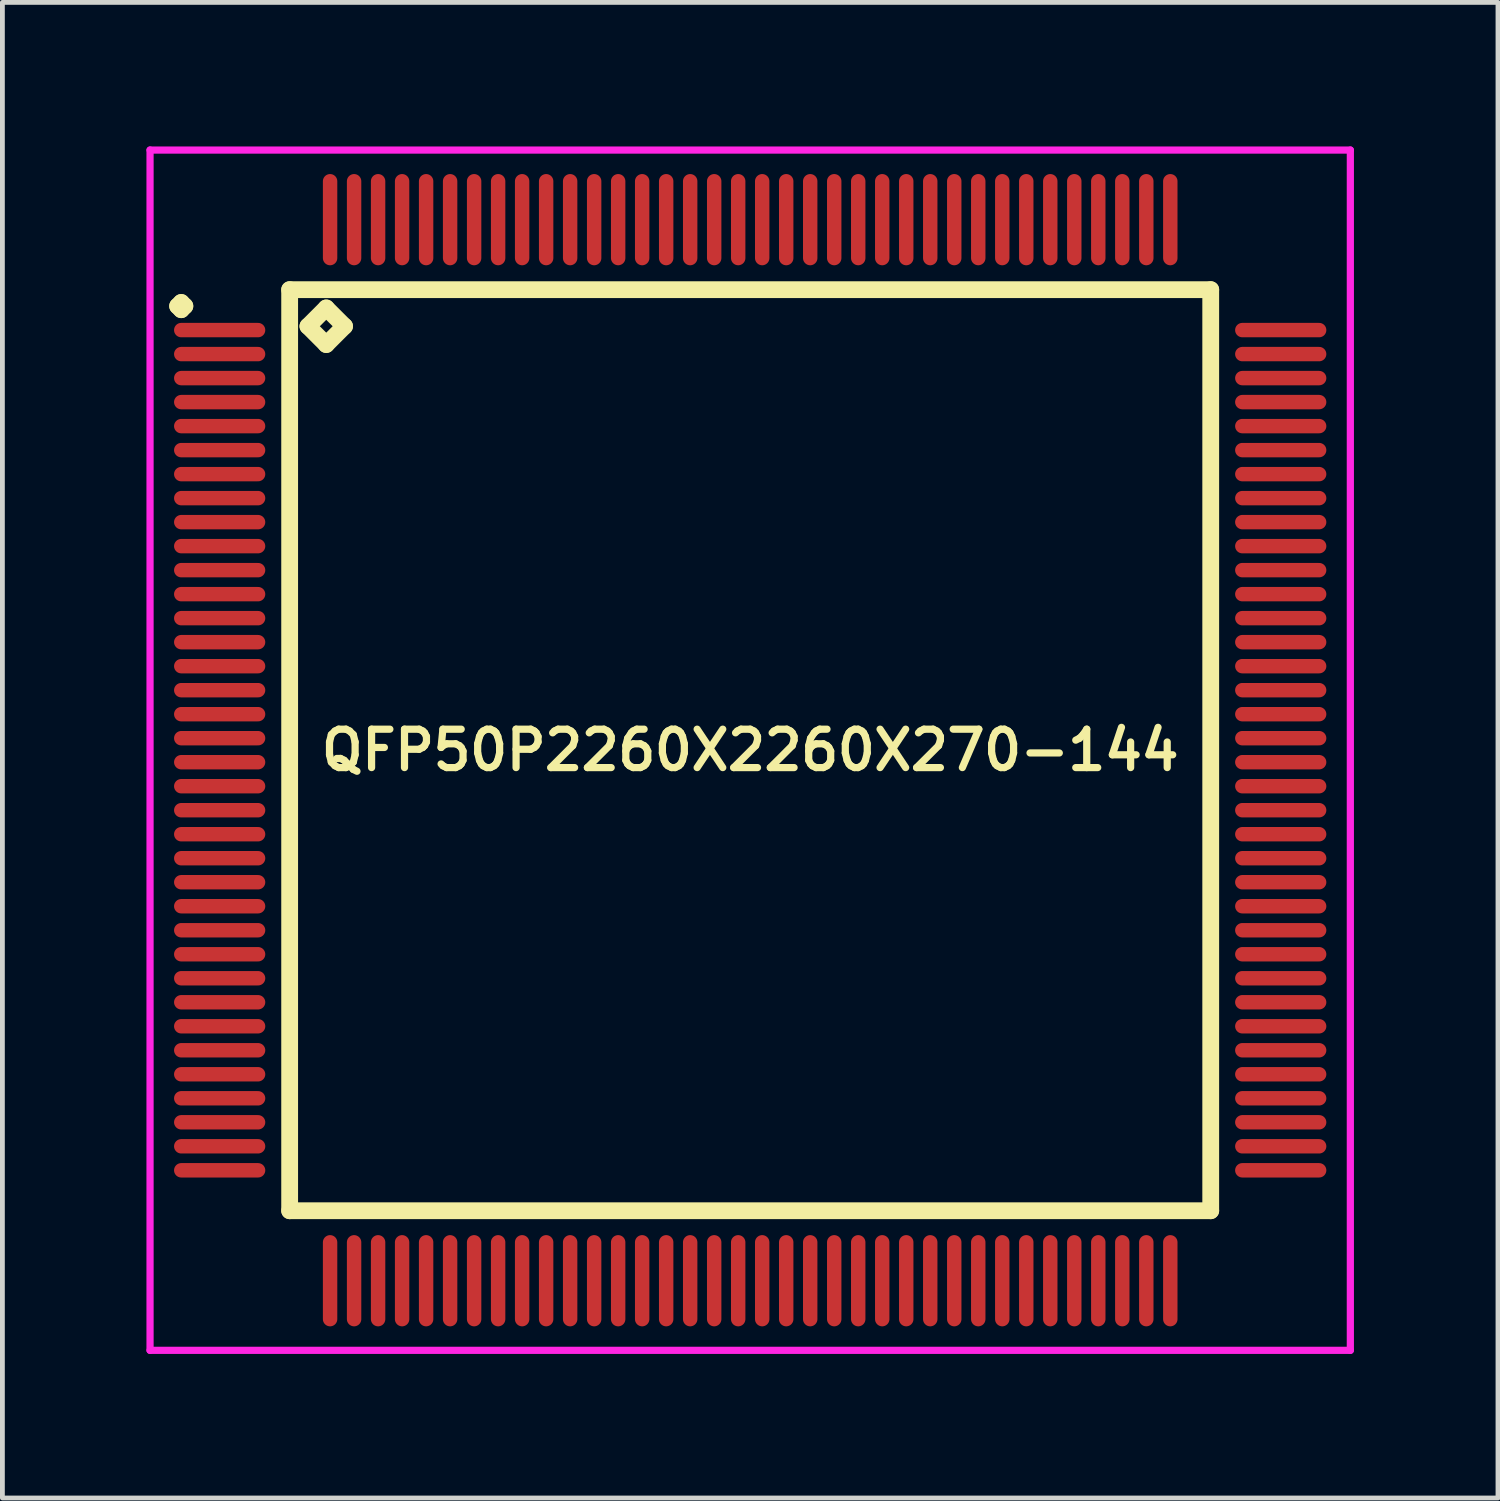
<source format=kicad_pcb>
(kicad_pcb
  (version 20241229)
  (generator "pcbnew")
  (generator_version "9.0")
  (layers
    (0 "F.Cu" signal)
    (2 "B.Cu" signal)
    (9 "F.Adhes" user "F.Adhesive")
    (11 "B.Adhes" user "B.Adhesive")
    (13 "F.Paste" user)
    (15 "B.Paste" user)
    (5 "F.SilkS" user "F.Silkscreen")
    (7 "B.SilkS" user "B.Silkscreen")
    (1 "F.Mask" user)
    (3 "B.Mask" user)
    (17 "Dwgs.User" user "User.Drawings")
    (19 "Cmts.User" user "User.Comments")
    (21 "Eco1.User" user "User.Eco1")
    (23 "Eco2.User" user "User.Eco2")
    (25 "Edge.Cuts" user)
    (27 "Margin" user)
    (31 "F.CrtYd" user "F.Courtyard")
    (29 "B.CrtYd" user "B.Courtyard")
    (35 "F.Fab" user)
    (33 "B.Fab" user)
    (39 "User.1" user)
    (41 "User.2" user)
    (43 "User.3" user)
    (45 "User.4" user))
  (footprint "QFP50P2260X2260X270-144"
    (layer "F.Cu")
    (at 12.575 12.575)
    (property "Reference" "QFP50P2260X2260X270-144" (at 0 0 0) (layer "F.SilkS") (effects (font (size 0.8 0.8) (thickness 0.15))))
    (attr smd)
    (fp_line (start -11.925 -9.25) (end -11.85 -9.325) (stroke (width 0.35) (type solid)) (layer "F.SilkS"))
    (fp_line (start -11.85 -9.325) (end -11.775 -9.25) (stroke (width 0.35) (type solid)) (layer "F.SilkS"))
    (fp_line (start -11.85 -9.175) (end -11.925 -9.25) (stroke (width 0.35) (type solid)) (layer "F.SilkS"))
    (fp_line (start -11.775 -9.25) (end -11.85 -9.175) (stroke (width 0.35) (type solid)) (layer "F.SilkS"))
    (fp_line (start -9.592 -9.592) (end -9.592 9.592) (stroke (width 0.35) (type solid)) (layer "F.SilkS"))
    (fp_line (start -9.592 9.592) (end 9.592 9.592) (stroke (width 0.35) (type solid)) (layer "F.SilkS"))
    (fp_line (start -9.211 -8.83) (end -8.83 -9.211) (stroke (width 0.35) (type solid)) (layer "F.SilkS"))
    (fp_line (start -8.83 -9.211) (end -8.449 -8.83) (stroke (width 0.35) (type solid)) (layer "F.SilkS"))
    (fp_line (start -8.83 -8.449) (end -9.211 -8.83) (stroke (width 0.35) (type solid)) (layer "F.SilkS"))
    (fp_line (start -8.449 -8.83) (end -8.83 -8.449) (stroke (width 0.35) (type solid)) (layer "F.SilkS"))
    (fp_line (start 9.592 -9.592) (end -9.592 -9.592) (stroke (width 0.35) (type solid)) (layer "F.SilkS"))
    (fp_line (start 9.592 9.592) (end 9.592 -9.592) (stroke (width 0.35) (type solid)) (layer "F.SilkS"))
    (fp_line (start -12.5 -12.5) (end 12.5 -12.5) (stroke (width 0.15) (type solid)) (layer "F.CrtYd"))
    (fp_line (start -12.5 12.5) (end -12.5 -12.5) (stroke (width 0.15) (type solid)) (layer "F.CrtYd"))
    (fp_line (start 12.5 -12.5) (end 12.5 12.5) (stroke (width 0.15) (type solid)) (layer "F.CrtYd"))
    (fp_line (start 12.5 12.5) (end -12.5 12.5) (stroke (width 0.15) (type solid)) (layer "F.CrtYd"))
    (pad "1" smd oval (at -11.05 -8.75) (size 1.9 0.3) (layers "F.Cu" "F.Mask" "F.Paste"))
    (pad "2" smd oval (at -11.05 -8.25) (size 1.9 0.3) (layers "F.Cu" "F.Mask" "F.Paste"))
    (pad "3" smd oval (at -11.05 -7.75) (size 1.9 0.3) (layers "F.Cu" "F.Mask" "F.Paste"))
    (pad "4" smd oval (at -11.05 -7.25) (size 1.9 0.3) (layers "F.Cu" "F.Mask" "F.Paste"))
    (pad "5" smd oval (at -11.05 -6.75) (size 1.9 0.3) (layers "F.Cu" "F.Mask" "F.Paste"))
    (pad "6" smd oval (at -11.05 -6.25) (size 1.9 0.3) (layers "F.Cu" "F.Mask" "F.Paste"))
    (pad "7" smd oval (at -11.05 -5.75) (size 1.9 0.3) (layers "F.Cu" "F.Mask" "F.Paste"))
    (pad "8" smd oval (at -11.05 -5.25) (size 1.9 0.3) (layers "F.Cu" "F.Mask" "F.Paste"))
    (pad "9" smd oval (at -11.05 -4.75) (size 1.9 0.3) (layers "F.Cu" "F.Mask" "F.Paste"))
    (pad "10" smd oval (at -11.05 -4.25) (size 1.9 0.3) (layers "F.Cu" "F.Mask" "F.Paste"))
    (pad "11" smd oval (at -11.05 -3.75) (size 1.9 0.3) (layers "F.Cu" "F.Mask" "F.Paste"))
    (pad "12" smd oval (at -11.05 -3.25) (size 1.9 0.3) (layers "F.Cu" "F.Mask" "F.Paste"))
    (pad "13" smd oval (at -11.05 -2.75) (size 1.9 0.3) (layers "F.Cu" "F.Mask" "F.Paste"))
    (pad "14" smd oval (at -11.05 -2.25) (size 1.9 0.3) (layers "F.Cu" "F.Mask" "F.Paste"))
    (pad "15" smd oval (at -11.05 -1.75) (size 1.9 0.3) (layers "F.Cu" "F.Mask" "F.Paste"))
    (pad "16" smd oval (at -11.05 -1.25) (size 1.9 0.3) (layers "F.Cu" "F.Mask" "F.Paste"))
    (pad "17" smd oval (at -11.05 -0.75) (size 1.9 0.3) (layers "F.Cu" "F.Mask" "F.Paste"))
    (pad "18" smd oval (at -11.05 -0.25) (size 1.9 0.3) (layers "F.Cu" "F.Mask" "F.Paste"))
    (pad "19" smd oval (at -11.05 0.25) (size 1.9 0.3) (layers "F.Cu" "F.Mask" "F.Paste"))
    (pad "20" smd oval (at -11.05 0.75) (size 1.9 0.3) (layers "F.Cu" "F.Mask" "F.Paste"))
    (pad "21" smd oval (at -11.05 1.25) (size 1.9 0.3) (layers "F.Cu" "F.Mask" "F.Paste"))
    (pad "22" smd oval (at -11.05 1.75) (size 1.9 0.3) (layers "F.Cu" "F.Mask" "F.Paste"))
    (pad "23" smd oval (at -11.05 2.25) (size 1.9 0.3) (layers "F.Cu" "F.Mask" "F.Paste"))
    (pad "24" smd oval (at -11.05 2.75) (size 1.9 0.3) (layers "F.Cu" "F.Mask" "F.Paste"))
    (pad "25" smd oval (at -11.05 3.25) (size 1.9 0.3) (layers "F.Cu" "F.Mask" "F.Paste"))
    (pad "26" smd oval (at -11.05 3.75) (size 1.9 0.3) (layers "F.Cu" "F.Mask" "F.Paste"))
    (pad "27" smd oval (at -11.05 4.25) (size 1.9 0.3) (layers "F.Cu" "F.Mask" "F.Paste"))
    (pad "28" smd oval (at -11.05 4.75) (size 1.9 0.3) (layers "F.Cu" "F.Mask" "F.Paste"))
    (pad "29" smd oval (at -11.05 5.25) (size 1.9 0.3) (layers "F.Cu" "F.Mask" "F.Paste"))
    (pad "30" smd oval (at -11.05 5.75) (size 1.9 0.3) (layers "F.Cu" "F.Mask" "F.Paste"))
    (pad "31" smd oval (at -11.05 6.25) (size 1.9 0.3) (layers "F.Cu" "F.Mask" "F.Paste"))
    (pad "32" smd oval (at -11.05 6.75) (size 1.9 0.3) (layers "F.Cu" "F.Mask" "F.Paste"))
    (pad "33" smd oval (at -11.05 7.25) (size 1.9 0.3) (layers "F.Cu" "F.Mask" "F.Paste"))
    (pad "34" smd oval (at -11.05 7.75) (size 1.9 0.3) (layers "F.Cu" "F.Mask" "F.Paste"))
    (pad "35" smd oval (at -11.05 8.25) (size 1.9 0.3) (layers "F.Cu" "F.Mask" "F.Paste"))
    (pad "36" smd oval (at -11.05 8.75) (size 1.9 0.3) (layers "F.Cu" "F.Mask" "F.Paste"))
    (pad "37" smd oval (at -8.75 11.05) (size 0.3 1.9) (layers "F.Cu" "F.Mask" "F.Paste"))
    (pad "38" smd oval (at -8.25 11.05) (size 0.3 1.9) (layers "F.Cu" "F.Mask" "F.Paste"))
    (pad "39" smd oval (at -7.75 11.05) (size 0.3 1.9) (layers "F.Cu" "F.Mask" "F.Paste"))
    (pad "40" smd oval (at -7.25 11.05) (size 0.3 1.9) (layers "F.Cu" "F.Mask" "F.Paste"))
    (pad "41" smd oval (at -6.75 11.05) (size 0.3 1.9) (layers "F.Cu" "F.Mask" "F.Paste"))
    (pad "42" smd oval (at -6.25 11.05) (size 0.3 1.9) (layers "F.Cu" "F.Mask" "F.Paste"))
    (pad "43" smd oval (at -5.75 11.05) (size 0.3 1.9) (layers "F.Cu" "F.Mask" "F.Paste"))
    (pad "44" smd oval (at -5.25 11.05) (size 0.3 1.9) (layers "F.Cu" "F.Mask" "F.Paste"))
    (pad "45" smd oval (at -4.75 11.05) (size 0.3 1.9) (layers "F.Cu" "F.Mask" "F.Paste"))
    (pad "46" smd oval (at -4.25 11.05) (size 0.3 1.9) (layers "F.Cu" "F.Mask" "F.Paste"))
    (pad "47" smd oval (at -3.75 11.05) (size 0.3 1.9) (layers "F.Cu" "F.Mask" "F.Paste"))
    (pad "48" smd oval (at -3.25 11.05) (size 0.3 1.9) (layers "F.Cu" "F.Mask" "F.Paste"))
    (pad "49" smd oval (at -2.75 11.05) (size 0.3 1.9) (layers "F.Cu" "F.Mask" "F.Paste"))
    (pad "50" smd oval (at -2.25 11.05) (size 0.3 1.9) (layers "F.Cu" "F.Mask" "F.Paste"))
    (pad "51" smd oval (at -1.75 11.05) (size 0.3 1.9) (layers "F.Cu" "F.Mask" "F.Paste"))
    (pad "52" smd oval (at -1.25 11.05) (size 0.3 1.9) (layers "F.Cu" "F.Mask" "F.Paste"))
    (pad "53" smd oval (at -0.75 11.05) (size 0.3 1.9) (layers "F.Cu" "F.Mask" "F.Paste"))
    (pad "54" smd oval (at -0.25 11.05) (size 0.3 1.9) (layers "F.Cu" "F.Mask" "F.Paste"))
    (pad "55" smd oval (at 0.25 11.05) (size 0.3 1.9) (layers "F.Cu" "F.Mask" "F.Paste"))
    (pad "56" smd oval (at 0.75 11.05) (size 0.3 1.9) (layers "F.Cu" "F.Mask" "F.Paste"))
    (pad "57" smd oval (at 1.25 11.05) (size 0.3 1.9) (layers "F.Cu" "F.Mask" "F.Paste"))
    (pad "58" smd oval (at 1.75 11.05) (size 0.3 1.9) (layers "F.Cu" "F.Mask" "F.Paste"))
    (pad "59" smd oval (at 2.25 11.05) (size 0.3 1.9) (layers "F.Cu" "F.Mask" "F.Paste"))
    (pad "60" smd oval (at 2.75 11.05) (size 0.3 1.9) (layers "F.Cu" "F.Mask" "F.Paste"))
    (pad "61" smd oval (at 3.25 11.05) (size 0.3 1.9) (layers "F.Cu" "F.Mask" "F.Paste"))
    (pad "62" smd oval (at 3.75 11.05) (size 0.3 1.9) (layers "F.Cu" "F.Mask" "F.Paste"))
    (pad "63" smd oval (at 4.25 11.05) (size 0.3 1.9) (layers "F.Cu" "F.Mask" "F.Paste"))
    (pad "64" smd oval (at 4.75 11.05) (size 0.3 1.9) (layers "F.Cu" "F.Mask" "F.Paste"))
    (pad "65" smd oval (at 5.25 11.05) (size 0.3 1.9) (layers "F.Cu" "F.Mask" "F.Paste"))
    (pad "66" smd oval (at 5.75 11.05) (size 0.3 1.9) (layers "F.Cu" "F.Mask" "F.Paste"))
    (pad "67" smd oval (at 6.25 11.05) (size 0.3 1.9) (layers "F.Cu" "F.Mask" "F.Paste"))
    (pad "68" smd oval (at 6.75 11.05) (size 0.3 1.9) (layers "F.Cu" "F.Mask" "F.Paste"))
    (pad "69" smd oval (at 7.25 11.05) (size 0.3 1.9) (layers "F.Cu" "F.Mask" "F.Paste"))
    (pad "70" smd oval (at 7.75 11.05) (size 0.3 1.9) (layers "F.Cu" "F.Mask" "F.Paste"))
    (pad "71" smd oval (at 8.25 11.05) (size 0.3 1.9) (layers "F.Cu" "F.Mask" "F.Paste"))
    (pad "72" smd oval (at 8.75 11.05) (size 0.3 1.9) (layers "F.Cu" "F.Mask" "F.Paste"))
    (pad "73" smd oval (at 11.05 8.75) (size 1.9 0.3) (layers "F.Cu" "F.Mask" "F.Paste"))
    (pad "74" smd oval (at 11.05 8.25) (size 1.9 0.3) (layers "F.Cu" "F.Mask" "F.Paste"))
    (pad "75" smd oval (at 11.05 7.75) (size 1.9 0.3) (layers "F.Cu" "F.Mask" "F.Paste"))
    (pad "76" smd oval (at 11.05 7.25) (size 1.9 0.3) (layers "F.Cu" "F.Mask" "F.Paste"))
    (pad "77" smd oval (at 11.05 6.75) (size 1.9 0.3) (layers "F.Cu" "F.Mask" "F.Paste"))
    (pad "78" smd oval (at 11.05 6.25) (size 1.9 0.3) (layers "F.Cu" "F.Mask" "F.Paste"))
    (pad "79" smd oval (at 11.05 5.75) (size 1.9 0.3) (layers "F.Cu" "F.Mask" "F.Paste"))
    (pad "80" smd oval (at 11.05 5.25) (size 1.9 0.3) (layers "F.Cu" "F.Mask" "F.Paste"))
    (pad "81" smd oval (at 11.05 4.75) (size 1.9 0.3) (layers "F.Cu" "F.Mask" "F.Paste"))
    (pad "82" smd oval (at 11.05 4.25) (size 1.9 0.3) (layers "F.Cu" "F.Mask" "F.Paste"))
    (pad "83" smd oval (at 11.05 3.75) (size 1.9 0.3) (layers "F.Cu" "F.Mask" "F.Paste"))
    (pad "84" smd oval (at 11.05 3.25) (size 1.9 0.3) (layers "F.Cu" "F.Mask" "F.Paste"))
    (pad "85" smd oval (at 11.05 2.75) (size 1.9 0.3) (layers "F.Cu" "F.Mask" "F.Paste"))
    (pad "86" smd oval (at 11.05 2.25) (size 1.9 0.3) (layers "F.Cu" "F.Mask" "F.Paste"))
    (pad "87" smd oval (at 11.05 1.75) (size 1.9 0.3) (layers "F.Cu" "F.Mask" "F.Paste"))
    (pad "88" smd oval (at 11.05 1.25) (size 1.9 0.3) (layers "F.Cu" "F.Mask" "F.Paste"))
    (pad "89" smd oval (at 11.05 0.75) (size 1.9 0.3) (layers "F.Cu" "F.Mask" "F.Paste"))
    (pad "90" smd oval (at 11.05 0.25) (size 1.9 0.3) (layers "F.Cu" "F.Mask" "F.Paste"))
    (pad "91" smd oval (at 11.05 -0.25) (size 1.9 0.3) (layers "F.Cu" "F.Mask" "F.Paste"))
    (pad "92" smd oval (at 11.05 -0.75) (size 1.9 0.3) (layers "F.Cu" "F.Mask" "F.Paste"))
    (pad "93" smd oval (at 11.05 -1.25) (size 1.9 0.3) (layers "F.Cu" "F.Mask" "F.Paste"))
    (pad "94" smd oval (at 11.05 -1.75) (size 1.9 0.3) (layers "F.Cu" "F.Mask" "F.Paste"))
    (pad "95" smd oval (at 11.05 -2.25) (size 1.9 0.3) (layers "F.Cu" "F.Mask" "F.Paste"))
    (pad "96" smd oval (at 11.05 -2.75) (size 1.9 0.3) (layers "F.Cu" "F.Mask" "F.Paste"))
    (pad "97" smd oval (at 11.05 -3.25) (size 1.9 0.3) (layers "F.Cu" "F.Mask" "F.Paste"))
    (pad "98" smd oval (at 11.05 -3.75) (size 1.9 0.3) (layers "F.Cu" "F.Mask" "F.Paste"))
    (pad "99" smd oval (at 11.05 -4.25) (size 1.9 0.3) (layers "F.Cu" "F.Mask" "F.Paste"))
    (pad "100" smd oval (at 11.05 -4.75) (size 1.9 0.3) (layers "F.Cu" "F.Mask" "F.Paste"))
    (pad "101" smd oval (at 11.05 -5.25) (size 1.9 0.3) (layers "F.Cu" "F.Mask" "F.Paste"))
    (pad "102" smd oval (at 11.05 -5.75) (size 1.9 0.3) (layers "F.Cu" "F.Mask" "F.Paste"))
    (pad "103" smd oval (at 11.05 -6.25) (size 1.9 0.3) (layers "F.Cu" "F.Mask" "F.Paste"))
    (pad "104" smd oval (at 11.05 -6.75) (size 1.9 0.3) (layers "F.Cu" "F.Mask" "F.Paste"))
    (pad "105" smd oval (at 11.05 -7.25) (size 1.9 0.3) (layers "F.Cu" "F.Mask" "F.Paste"))
    (pad "106" smd oval (at 11.05 -7.75) (size 1.9 0.3) (layers "F.Cu" "F.Mask" "F.Paste"))
    (pad "107" smd oval (at 11.05 -8.25) (size 1.9 0.3) (layers "F.Cu" "F.Mask" "F.Paste"))
    (pad "108" smd oval (at 11.05 -8.75) (size 1.9 0.3) (layers "F.Cu" "F.Mask" "F.Paste"))
    (pad "109" smd oval (at 8.75 -11.05) (size 0.3 1.9) (layers "F.Cu" "F.Mask" "F.Paste"))
    (pad "110" smd oval (at 8.25 -11.05) (size 0.3 1.9) (layers "F.Cu" "F.Mask" "F.Paste"))
    (pad "111" smd oval (at 7.75 -11.05) (size 0.3 1.9) (layers "F.Cu" "F.Mask" "F.Paste"))
    (pad "112" smd oval (at 7.25 -11.05) (size 0.3 1.9) (layers "F.Cu" "F.Mask" "F.Paste"))
    (pad "113" smd oval (at 6.75 -11.05) (size 0.3 1.9) (layers "F.Cu" "F.Mask" "F.Paste"))
    (pad "114" smd oval (at 6.25 -11.05) (size 0.3 1.9) (layers "F.Cu" "F.Mask" "F.Paste"))
    (pad "115" smd oval (at 5.75 -11.05) (size 0.3 1.9) (layers "F.Cu" "F.Mask" "F.Paste"))
    (pad "116" smd oval (at 5.25 -11.05) (size 0.3 1.9) (layers "F.Cu" "F.Mask" "F.Paste"))
    (pad "117" smd oval (at 4.75 -11.05) (size 0.3 1.9) (layers "F.Cu" "F.Mask" "F.Paste"))
    (pad "118" smd oval (at 4.25 -11.05) (size 0.3 1.9) (layers "F.Cu" "F.Mask" "F.Paste"))
    (pad "119" smd oval (at 3.75 -11.05) (size 0.3 1.9) (layers "F.Cu" "F.Mask" "F.Paste"))
    (pad "120" smd oval (at 3.25 -11.05) (size 0.3 1.9) (layers "F.Cu" "F.Mask" "F.Paste"))
    (pad "121" smd oval (at 2.75 -11.05) (size 0.3 1.9) (layers "F.Cu" "F.Mask" "F.Paste"))
    (pad "122" smd oval (at 2.25 -11.05) (size 0.3 1.9) (layers "F.Cu" "F.Mask" "F.Paste"))
    (pad "123" smd oval (at 1.75 -11.05) (size 0.3 1.9) (layers "F.Cu" "F.Mask" "F.Paste"))
    (pad "124" smd oval (at 1.25 -11.05) (size 0.3 1.9) (layers "F.Cu" "F.Mask" "F.Paste"))
    (pad "125" smd oval (at 0.75 -11.05) (size 0.3 1.9) (layers "F.Cu" "F.Mask" "F.Paste"))
    (pad "126" smd oval (at 0.25 -11.05) (size 0.3 1.9) (layers "F.Cu" "F.Mask" "F.Paste"))
    (pad "127" smd oval (at -0.25 -11.05) (size 0.3 1.9) (layers "F.Cu" "F.Mask" "F.Paste"))
    (pad "128" smd oval (at -0.75 -11.05) (size 0.3 1.9) (layers "F.Cu" "F.Mask" "F.Paste"))
    (pad "129" smd oval (at -1.25 -11.05) (size 0.3 1.9) (layers "F.Cu" "F.Mask" "F.Paste"))
    (pad "130" smd oval (at -1.75 -11.05) (size 0.3 1.9) (layers "F.Cu" "F.Mask" "F.Paste"))
    (pad "131" smd oval (at -2.25 -11.05) (size 0.3 1.9) (layers "F.Cu" "F.Mask" "F.Paste"))
    (pad "132" smd oval (at -2.75 -11.05) (size 0.3 1.9) (layers "F.Cu" "F.Mask" "F.Paste"))
    (pad "133" smd oval (at -3.25 -11.05) (size 0.3 1.9) (layers "F.Cu" "F.Mask" "F.Paste"))
    (pad "134" smd oval (at -3.75 -11.05) (size 0.3 1.9) (layers "F.Cu" "F.Mask" "F.Paste"))
    (pad "135" smd oval (at -4.25 -11.05) (size 0.3 1.9) (layers "F.Cu" "F.Mask" "F.Paste"))
    (pad "136" smd oval (at -4.75 -11.05) (size 0.3 1.9) (layers "F.Cu" "F.Mask" "F.Paste"))
    (pad "137" smd oval (at -5.25 -11.05) (size 0.3 1.9) (layers "F.Cu" "F.Mask" "F.Paste"))
    (pad "138" smd oval (at -5.75 -11.05) (size 0.3 1.9) (layers "F.Cu" "F.Mask" "F.Paste"))
    (pad "139" smd oval (at -6.25 -11.05) (size 0.3 1.9) (layers "F.Cu" "F.Mask" "F.Paste"))
    (pad "140" smd oval (at -6.75 -11.05) (size 0.3 1.9) (layers "F.Cu" "F.Mask" "F.Paste"))
    (pad "141" smd oval (at -7.25 -11.05) (size 0.3 1.9) (layers "F.Cu" "F.Mask" "F.Paste"))
    (pad "142" smd oval (at -7.75 -11.05) (size 0.3 1.9) (layers "F.Cu" "F.Mask" "F.Paste"))
    (pad "143" smd oval (at -8.25 -11.05) (size 0.3 1.9) (layers "F.Cu" "F.Mask" "F.Paste"))
    (pad "144" smd oval (at -8.75 -11.05) (size 0.3 1.9) (layers "F.Cu" "F.Mask" "F.Paste")))
  (gr_rect
    (start -3 -3)
    (end 28.15 28.15)
    (stroke (width 0.1) (type default))
    (fill no)
    (layer "Edge.Cuts")))
</source>
